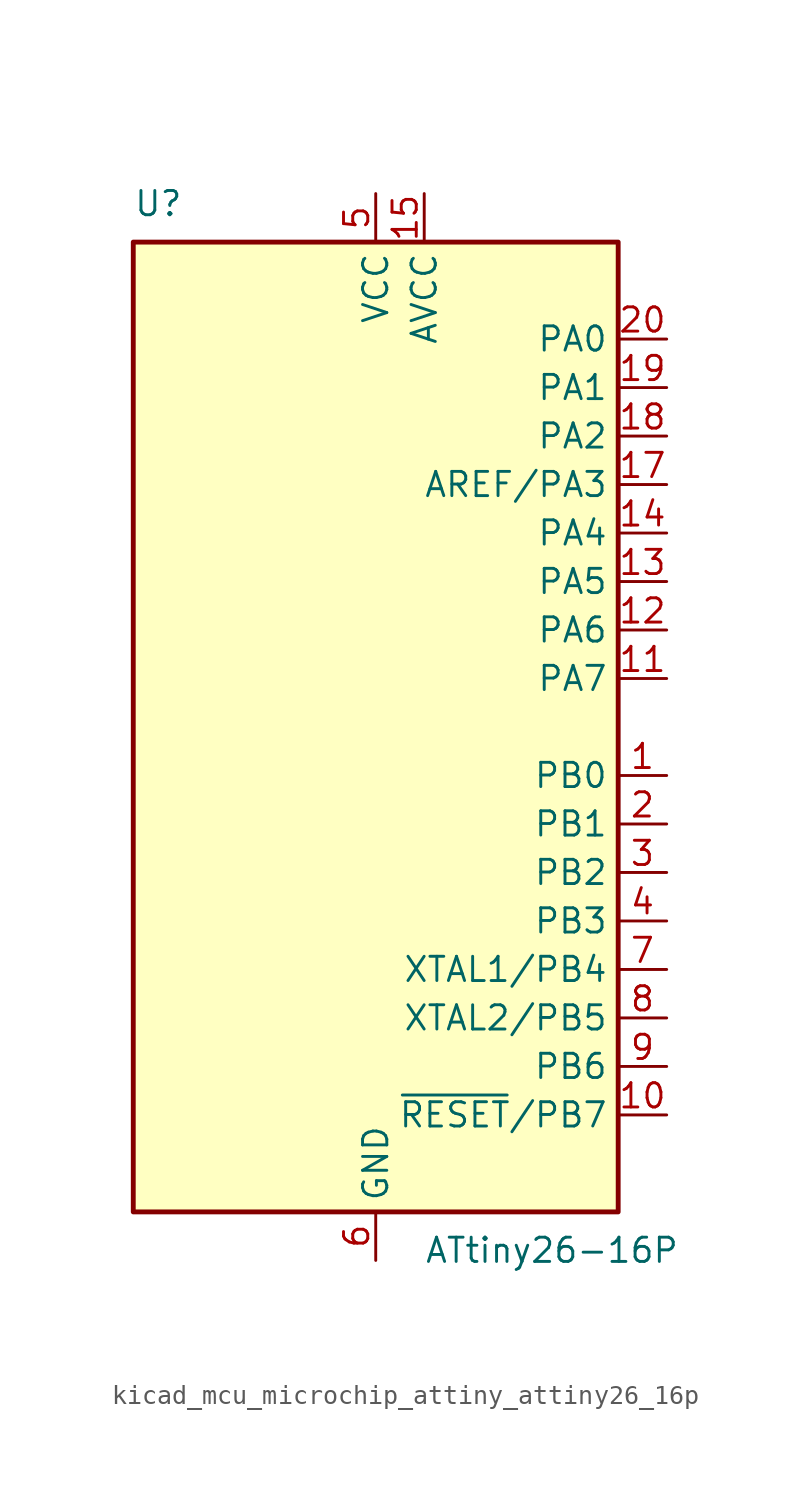
<source format=kicad_sym>
(kicad_symbol_lib
  (version 20220914)
  (generator kicad_symbol_editor)
  (symbol "kicad_mcu_microchip_attiny_attiny26_16p"
    (property "Reference" "U"
      (at -12.7 26.67 0)
      (effects (font (size 1.27 1.27)) (justify left bottom)))
    (property "Value" "ATtiny26-16P"
      (at 2.54 -26.67 0)
      (effects (font (size 1.27 1.27)) (justify left top)))
    (symbol "kicad_mcu_microchip_attiny_attiny26_16p_0_1"
      (rectangle (start -12.7 -25.4) (end 12.7 25.4) (stroke (width 0.254) (type default)) (fill (type background))))
    (symbol "kicad_mcu_microchip_attiny_attiny26_16p_1_1"
      (pin bidirectional line (at 15.24 -2.54 180) (length 2.54) (name "PB0" (effects (font (size 1.27 1.27)))) (number "1" (effects (font (size 1.27 1.27)))))
      (pin bidirectional line (at 15.24 -20.32 180) (length 2.54) (name "~{RESET}/PB7" (effects (font (size 1.27 1.27)))) (number "10" (effects (font (size 1.27 1.27)))))
      (pin bidirectional line (at 15.24 2.54 180) (length 2.54) (name "PA7" (effects (font (size 1.27 1.27)))) (number "11" (effects (font (size 1.27 1.27)))))
      (pin bidirectional line (at 15.24 5.08 180) (length 2.54) (name "PA6" (effects (font (size 1.27 1.27)))) (number "12" (effects (font (size 1.27 1.27)))))
      (pin bidirectional line (at 15.24 7.62 180) (length 2.54) (name "PA5" (effects (font (size 1.27 1.27)))) (number "13" (effects (font (size 1.27 1.27)))))
      (pin bidirectional line (at 15.24 10.16 180) (length 2.54) (name "PA4" (effects (font (size 1.27 1.27)))) (number "14" (effects (font (size 1.27 1.27)))))
      (pin power_in line (at 2.54 27.94 270) (length 2.54) (name "AVCC" (effects (font (size 1.27 1.27)))) (number "15" (effects (font (size 1.27 1.27)))))
      (pin passive line (at 0 -27.94 90) (length 2.54) hide (name "GND" (effects (font (size 1.27 1.27)))) (number "16" (effects (font (size 1.27 1.27)))))
      (pin bidirectional line (at 15.24 12.7 180) (length 2.54) (name "AREF/PA3" (effects (font (size 1.27 1.27)))) (number "17" (effects (font (size 1.27 1.27)))))
      (pin bidirectional line (at 15.24 15.24 180) (length 2.54) (name "PA2" (effects (font (size 1.27 1.27)))) (number "18" (effects (font (size 1.27 1.27)))))
      (pin bidirectional line (at 15.24 17.78 180) (length 2.54) (name "PA1" (effects (font (size 1.27 1.27)))) (number "19" (effects (font (size 1.27 1.27)))))
      (pin bidirectional line (at 15.24 -5.08 180) (length 2.54) (name "PB1" (effects (font (size 1.27 1.27)))) (number "2" (effects (font (size 1.27 1.27)))))
      (pin bidirectional line (at 15.24 20.32 180) (length 2.54) (name "PA0" (effects (font (size 1.27 1.27)))) (number "20" (effects (font (size 1.27 1.27)))))
      (pin bidirectional line (at 15.24 -7.62 180) (length 2.54) (name "PB2" (effects (font (size 1.27 1.27)))) (number "3" (effects (font (size 1.27 1.27)))))
      (pin bidirectional line (at 15.24 -10.16 180) (length 2.54) (name "PB3" (effects (font (size 1.27 1.27)))) (number "4" (effects (font (size 1.27 1.27)))))
      (pin power_in line (at 0 27.94 270) (length 2.54) (name "VCC" (effects (font (size 1.27 1.27)))) (number "5" (effects (font (size 1.27 1.27)))))
      (pin power_in line (at 0 -27.94 90) (length 2.54) (name "GND" (effects (font (size 1.27 1.27)))) (number "6" (effects (font (size 1.27 1.27)))))
      (pin bidirectional line (at 15.24 -12.7 180) (length 2.54) (name "XTAL1/PB4" (effects (font (size 1.27 1.27)))) (number "7" (effects (font (size 1.27 1.27)))))
      (pin bidirectional line (at 15.24 -15.24 180) (length 2.54) (name "XTAL2/PB5" (effects (font (size 1.27 1.27)))) (number "8" (effects (font (size 1.27 1.27)))))
      (pin bidirectional line (at 15.24 -17.78 180) (length 2.54) (name "PB6" (effects (font (size 1.27 1.27)))) (number "9" (effects (font (size 1.27 1.27))))))))
</source>
